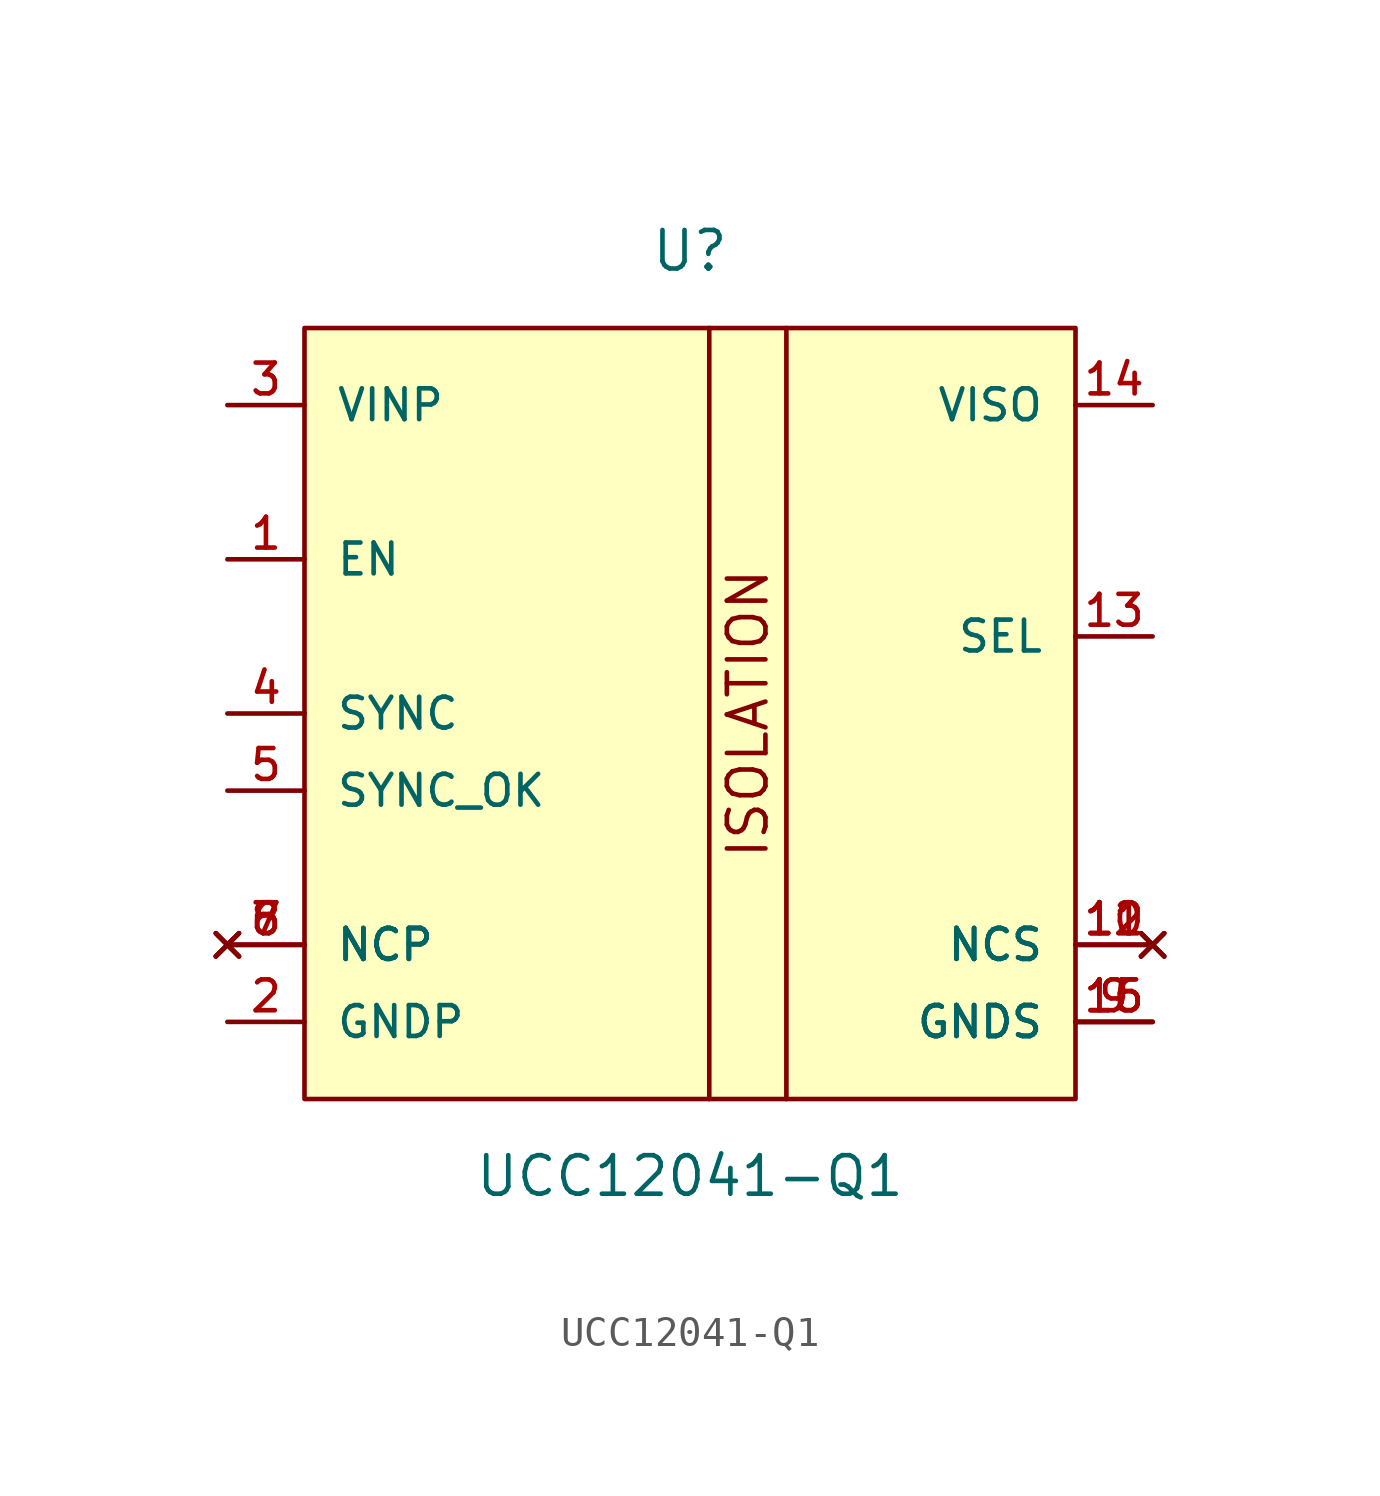
<source format=kicad_sym>
(kicad_symbol_lib
  (version 20211014)
  (generator kicad_symbol_editor)
  (symbol "UCC12041-Q1"
    (pin_names
      (offset 1.016))
    (property "Reference" "U"
      (at 0.0 15.24 0)
      (effects (font (size 1.27 1.27))))
    (property "Value" "UCC12041-Q1"
      (at 0.0 -15.24 0)
      (effects (font (size 1.27 1.27))))
    (symbol "UCC12041-Q1_0_0"
      (polyline (pts (xy 0.635 12.7) (xy 0.635 -12.7)) (stroke (width 0.152)))
      (polyline (pts (xy 3.175 -12.7) (xy 3.175 12.7)) (stroke (width 0.152)))
      (text "ISOLATION" (at 1.905 0.0 900) (effects (font (size 1.27 1.27))))
      (rectangle (start -12.7 -12.7) (end 12.7 12.7) (stroke (width 0.152)) (fill (type background)))
      (pin power_in line (at -15.24 10.16 0) (length 2.54) (name "VINP" (effects (font (size 1.016 1.016)))) (number "3" (effects (font (size 1.016 1.016)))))
      (pin power_in line (at -15.24 -10.16 0) (length 2.54) (name "GNDP" (effects (font (size 1.016 1.016)))) (number "2" (effects (font (size 1.016 1.016)))))
      (pin power_in line (at 15.24 10.16 180.0) (length 2.54) (name "VISO" (effects (font (size 1.016 1.016)))) (number "14" (effects (font (size 1.016 1.016)))))
      (pin power_in line (at 15.24 -10.16 180.0) (length 2.54) (name "GNDS" (effects (font (size 1.016 1.016)))) (number "9" (effects (font (size 1.016 1.016)))))
      (pin power_in line (at 15.24 -10.16 180.0) (length 2.54) (name "GNDS" (effects (font (size 1.016 1.016)))) (number "15" (effects (font (size 1.016 1.016)))))
      (pin power_in line (at 15.24 -10.16 180.0) (length 2.54) (name "GNDS" (effects (font (size 1.016 1.016)))) (number "16" (effects (font (size 1.016 1.016)))))
      (pin input line (at -15.24 5.08 0) (length 2.54) (name "EN" (effects (font (size 1.016 1.016)))) (number "1" (effects (font (size 1.016 1.016)))))
      (pin input line (at -15.24 0.0 0) (length 2.54) (name "SYNC" (effects (font (size 1.016 1.016)))) (number "4" (effects (font (size 1.016 1.016)))))
      (pin output line (at -15.24 -2.54 0) (length 2.54) (name "SYNC_OK" (effects (font (size 1.016 1.016)))) (number "5" (effects (font (size 1.016 1.016)))))
      (pin input line (at 15.24 2.54 180.0) (length 2.54) (name "SEL" (effects (font (size 1.016 1.016)))) (number "13" (effects (font (size 1.016 1.016)))))
      (pin no_connect line (at 15.24 -7.62 180.0) (length 2.54) (name "NCS" (effects (font (size 1.016 1.016)))) (number "10" (effects (font (size 1.016 1.016)))))
      (pin no_connect line (at 15.24 -7.62 180.0) (length 2.54) (name "NCS" (effects (font (size 1.016 1.016)))) (number "11" (effects (font (size 1.016 1.016)))))
      (pin no_connect line (at 15.24 -7.62 180.0) (length 2.54) (name "NCS" (effects (font (size 1.016 1.016)))) (number "12" (effects (font (size 1.016 1.016)))))
      (pin no_connect line (at -15.24 -7.62 0) (length 2.54) (name "NCP" (effects (font (size 1.016 1.016)))) (number "6" (effects (font (size 1.016 1.016)))))
      (pin no_connect line (at -15.24 -7.62 0) (length 2.54) (name "NCP" (effects (font (size 1.016 1.016)))) (number "7" (effects (font (size 1.016 1.016)))))
      (pin no_connect line (at -15.24 -7.62 0) (length 2.54) (name "NCP" (effects (font (size 1.016 1.016)))) (number "8" (effects (font (size 1.016 1.016))))))))
</source>
